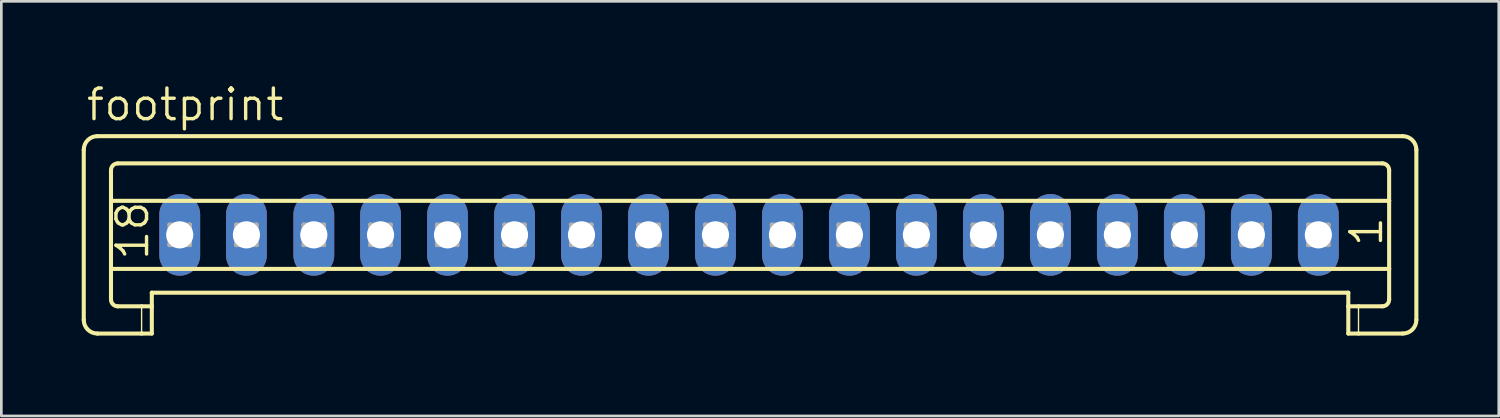
<source format=kicad_pcb>
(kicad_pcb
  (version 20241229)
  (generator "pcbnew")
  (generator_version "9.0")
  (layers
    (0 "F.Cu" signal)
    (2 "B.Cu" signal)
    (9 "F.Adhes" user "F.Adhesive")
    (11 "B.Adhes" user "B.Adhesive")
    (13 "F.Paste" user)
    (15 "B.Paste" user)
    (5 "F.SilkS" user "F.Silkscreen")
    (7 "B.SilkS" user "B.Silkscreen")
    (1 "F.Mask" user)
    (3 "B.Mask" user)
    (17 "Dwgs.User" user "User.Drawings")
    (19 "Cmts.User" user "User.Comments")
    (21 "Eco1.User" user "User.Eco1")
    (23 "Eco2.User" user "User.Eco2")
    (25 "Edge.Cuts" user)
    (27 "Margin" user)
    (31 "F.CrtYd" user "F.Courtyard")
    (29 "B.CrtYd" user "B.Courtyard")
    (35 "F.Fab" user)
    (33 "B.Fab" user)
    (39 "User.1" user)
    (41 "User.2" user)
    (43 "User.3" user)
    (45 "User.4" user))
  (footprint "footprint"
    (layer "F.Cu")
    (at 24.902 5.715)
    (property "Reference" "footprint" (at -24.8 -4.191 0) (layer "F.SilkS") (effects (font (size 1.143 1.143) (thickness 0.127)) (justify left bottom)))
    (fp_line (start -24.826 -3.175) (end -24.826 3.175) (stroke (width 0.152) (type solid)) (layer "F.SilkS"))
    (fp_line (start -24.318 -3.683) (end 24.4 -3.683) (stroke (width 0.152) (type solid)) (layer "F.SilkS"))
    (fp_line (start -23.81 -1.27) (end -23.81 -2.413) (stroke (width 0.152) (type solid)) (layer "F.SilkS"))
    (fp_line (start -23.81 -1.27) (end 23.892 -1.27) (stroke (width 0.152) (type solid)) (layer "F.SilkS"))
    (fp_line (start -23.81 1.27) (end -23.81 -1.27) (stroke (width 0.152) (type solid)) (layer "F.SilkS"))
    (fp_line (start -23.81 1.27) (end 23.892 1.27) (stroke (width 0.152) (type solid)) (layer "F.SilkS"))
    (fp_line (start -23.81 2.413) (end -23.81 1.27) (stroke (width 0.152) (type solid)) (layer "F.SilkS"))
    (fp_line (start -23.556 -2.667) (end 23.638 -2.667) (stroke (width 0.152) (type solid)) (layer "F.SilkS"))
    (fp_line (start -23.556 2.667) (end -22.667 2.667) (stroke (width 0.152) (type solid)) (layer "F.SilkS"))
    (fp_line (start -22.667 2.667) (end -22.667 3.683) (stroke (width 0.051) (type solid)) (layer "F.SilkS"))
    (fp_line (start -22.667 2.667) (end -22.286 2.667) (stroke (width 0.152) (type solid)) (layer "F.SilkS"))
    (fp_line (start -22.667 3.683) (end -24.318 3.683) (stroke (width 0.152) (type solid)) (layer "F.SilkS"))
    (fp_line (start -22.286 2.159) (end 22.368 2.159) (stroke (width 0.152) (type solid)) (layer "F.SilkS"))
    (fp_line (start -22.286 2.667) (end -22.286 2.159) (stroke (width 0.152) (type solid)) (layer "F.SilkS"))
    (fp_line (start -22.286 2.667) (end -22.286 3.683) (stroke (width 0.152) (type solid)) (layer "F.SilkS"))
    (fp_line (start -22.286 3.683) (end -22.667 3.683) (stroke (width 0.152) (type solid)) (layer "F.SilkS"))
    (fp_line (start 22.368 2.667) (end 22.368 2.159) (stroke (width 0.152) (type solid)) (layer "F.SilkS"))
    (fp_line (start 22.368 2.667) (end 22.749 2.667) (stroke (width 0.152) (type solid)) (layer "F.SilkS"))
    (fp_line (start 22.368 3.683) (end 22.368 2.667) (stroke (width 0.152) (type solid)) (layer "F.SilkS"))
    (fp_line (start 22.749 2.667) (end 22.749 3.683) (stroke (width 0.051) (type solid)) (layer "F.SilkS"))
    (fp_line (start 22.749 2.667) (end 23.638 2.667) (stroke (width 0.152) (type solid)) (layer "F.SilkS"))
    (fp_line (start 22.749 3.683) (end 22.368 3.683) (stroke (width 0.152) (type solid)) (layer "F.SilkS"))
    (fp_line (start 23.892 -1.27) (end 23.892 -2.413) (stroke (width 0.152) (type solid)) (layer "F.SilkS"))
    (fp_line (start 23.892 1.27) (end 23.892 -1.27) (stroke (width 0.152) (type solid)) (layer "F.SilkS"))
    (fp_line (start 23.892 2.413) (end 23.892 1.27) (stroke (width 0.152) (type solid)) (layer "F.SilkS"))
    (fp_line (start 24.4 3.683) (end 22.749 3.683) (stroke (width 0.152) (type solid)) (layer "F.SilkS"))
    (fp_line (start 24.908 -3.175) (end 24.908 3.175) (stroke (width 0.152) (type solid)) (layer "F.SilkS"))
    (fp_arc (start -24.826 -3.175) (mid -24.67721 -3.53421) (end -24.318 -3.683) (stroke (width 0.1524) (type solid)) (layer "F.SilkS"))
    (fp_arc (start -24.318 3.683) (mid -24.67721 3.53421) (end -24.826 3.175) (stroke (width 0.1524) (type solid)) (layer "F.SilkS"))
    (fp_arc (start -23.81 -2.413) (mid -23.735605 -2.592605) (end -23.556 -2.667) (stroke (width 0.1524) (type solid)) (layer "F.SilkS"))
    (fp_arc (start -23.556 2.667) (mid -23.735605 2.592605) (end -23.81 2.413) (stroke (width 0.1524) (type solid)) (layer "F.SilkS"))
    (fp_arc (start 23.638 -2.667) (mid 23.817605 -2.592605) (end 23.892 -2.413) (stroke (width 0.1524) (type solid)) (layer "F.SilkS"))
    (fp_arc (start 23.892 2.413) (mid 23.817605 2.592605) (end 23.638 2.667) (stroke (width 0.1524) (type solid)) (layer "F.SilkS"))
    (fp_arc (start 24.4 -3.683) (mid 24.75921 -3.53421) (end 24.908 -3.175) (stroke (width 0.1524) (type solid)) (layer "F.SilkS"))
    (fp_arc (start 24.908 3.175) (mid 24.75921 3.53421) (end 24.4 3.683) (stroke (width 0.1524) (type solid)) (layer "F.SilkS"))
    (fp_line (start -21.625 -0.381) (end -21.625 0.381) (stroke (width 0.152) (type solid)) (layer "F.Fab"))
    (fp_line (start -21.625 -0.381) (end -20.863 0.381) (stroke (width 0.152) (type solid)) (layer "F.Fab"))
    (fp_line (start -21.625 0.381) (end -20.863 0.381) (stroke (width 0.152) (type solid)) (layer "F.Fab"))
    (fp_line (start -20.863 -0.381) (end -21.625 -0.381) (stroke (width 0.152) (type solid)) (layer "F.Fab"))
    (fp_line (start -20.863 -0.381) (end -21.625 0.381) (stroke (width 0.152) (type solid)) (layer "F.Fab"))
    (fp_line (start -20.863 0.381) (end -20.863 -0.381) (stroke (width 0.152) (type solid)) (layer "F.Fab"))
    (fp_line (start -19.136 -0.381) (end -19.136 0.381) (stroke (width 0.152) (type solid)) (layer "F.Fab"))
    (fp_line (start -19.136 -0.381) (end -18.374 0.381) (stroke (width 0.152) (type solid)) (layer "F.Fab"))
    (fp_line (start -19.136 0.381) (end -18.374 0.381) (stroke (width 0.152) (type solid)) (layer "F.Fab"))
    (fp_line (start -18.374 -0.381) (end -19.136 -0.381) (stroke (width 0.152) (type solid)) (layer "F.Fab"))
    (fp_line (start -18.374 -0.381) (end -19.136 0.381) (stroke (width 0.152) (type solid)) (layer "F.Fab"))
    (fp_line (start -18.374 0.381) (end -18.374 -0.381) (stroke (width 0.152) (type solid)) (layer "F.Fab"))
    (fp_line (start -16.621 -0.381) (end -16.621 0.381) (stroke (width 0.152) (type solid)) (layer "F.Fab"))
    (fp_line (start -16.621 -0.381) (end -15.859 0.381) (stroke (width 0.152) (type solid)) (layer "F.Fab"))
    (fp_line (start -16.621 0.381) (end -15.859 0.381) (stroke (width 0.152) (type solid)) (layer "F.Fab"))
    (fp_line (start -15.859 -0.381) (end -16.621 -0.381) (stroke (width 0.152) (type solid)) (layer "F.Fab"))
    (fp_line (start -15.859 -0.381) (end -16.621 0.381) (stroke (width 0.152) (type solid)) (layer "F.Fab"))
    (fp_line (start -15.859 0.381) (end -15.859 -0.381) (stroke (width 0.152) (type solid)) (layer "F.Fab"))
    (fp_line (start -14.132 -0.381) (end -14.132 0.381) (stroke (width 0.152) (type solid)) (layer "F.Fab"))
    (fp_line (start -14.132 -0.381) (end -13.37 0.381) (stroke (width 0.152) (type solid)) (layer "F.Fab"))
    (fp_line (start -14.132 0.381) (end -13.37 0.381) (stroke (width 0.152) (type solid)) (layer "F.Fab"))
    (fp_line (start -13.37 -0.381) (end -14.132 -0.381) (stroke (width 0.152) (type solid)) (layer "F.Fab"))
    (fp_line (start -13.37 -0.381) (end -14.132 0.381) (stroke (width 0.152) (type solid)) (layer "F.Fab"))
    (fp_line (start -13.37 0.381) (end -13.37 -0.381) (stroke (width 0.152) (type solid)) (layer "F.Fab"))
    (fp_line (start -11.643 -0.381) (end -11.643 0.381) (stroke (width 0.152) (type solid)) (layer "F.Fab"))
    (fp_line (start -11.643 -0.381) (end -10.881 0.381) (stroke (width 0.152) (type solid)) (layer "F.Fab"))
    (fp_line (start -11.643 0.381) (end -10.881 0.381) (stroke (width 0.152) (type solid)) (layer "F.Fab"))
    (fp_line (start -10.881 -0.381) (end -11.643 -0.381) (stroke (width 0.152) (type solid)) (layer "F.Fab"))
    (fp_line (start -10.881 -0.381) (end -11.643 0.381) (stroke (width 0.152) (type solid)) (layer "F.Fab"))
    (fp_line (start -10.881 0.381) (end -10.881 -0.381) (stroke (width 0.152) (type solid)) (layer "F.Fab"))
    (fp_line (start -9.128 -0.381) (end -9.128 0.381) (stroke (width 0.152) (type solid)) (layer "F.Fab"))
    (fp_line (start -9.128 -0.381) (end -8.366 0.381) (stroke (width 0.152) (type solid)) (layer "F.Fab"))
    (fp_line (start -9.128 0.381) (end -8.366 0.381) (stroke (width 0.152) (type solid)) (layer "F.Fab"))
    (fp_line (start -8.366 -0.381) (end -9.128 -0.381) (stroke (width 0.152) (type solid)) (layer "F.Fab"))
    (fp_line (start -8.366 -0.381) (end -9.128 0.381) (stroke (width 0.152) (type solid)) (layer "F.Fab"))
    (fp_line (start -8.366 0.381) (end -8.366 -0.381) (stroke (width 0.152) (type solid)) (layer "F.Fab"))
    (fp_line (start -6.639 -0.381) (end -6.639 0.381) (stroke (width 0.152) (type solid)) (layer "F.Fab"))
    (fp_line (start -6.639 -0.381) (end -5.877 0.381) (stroke (width 0.152) (type solid)) (layer "F.Fab"))
    (fp_line (start -6.639 0.381) (end -5.877 0.381) (stroke (width 0.152) (type solid)) (layer "F.Fab"))
    (fp_line (start -5.877 -0.381) (end -6.639 -0.381) (stroke (width 0.152) (type solid)) (layer "F.Fab"))
    (fp_line (start -5.877 -0.381) (end -6.639 0.381) (stroke (width 0.152) (type solid)) (layer "F.Fab"))
    (fp_line (start -5.877 0.381) (end -5.877 -0.381) (stroke (width 0.152) (type solid)) (layer "F.Fab"))
    (fp_line (start -4.125 -0.381) (end -4.125 0.381) (stroke (width 0.152) (type solid)) (layer "F.Fab"))
    (fp_line (start -4.125 -0.381) (end -3.363 0.381) (stroke (width 0.152) (type solid)) (layer "F.Fab"))
    (fp_line (start -4.125 0.381) (end -3.363 0.381) (stroke (width 0.152) (type solid)) (layer "F.Fab"))
    (fp_line (start -3.363 -0.381) (end -4.125 -0.381) (stroke (width 0.152) (type solid)) (layer "F.Fab"))
    (fp_line (start -3.363 -0.381) (end -4.125 0.381) (stroke (width 0.152) (type solid)) (layer "F.Fab"))
    (fp_line (start -3.363 0.381) (end -3.363 -0.381) (stroke (width 0.152) (type solid)) (layer "F.Fab"))
    (fp_line (start -1.635 -0.381) (end -1.635 0.381) (stroke (width 0.152) (type solid)) (layer "F.Fab"))
    (fp_line (start -1.635 -0.381) (end -0.873 0.381) (stroke (width 0.152) (type solid)) (layer "F.Fab"))
    (fp_line (start -1.635 0.381) (end -0.873 0.381) (stroke (width 0.152) (type solid)) (layer "F.Fab"))
    (fp_line (start -0.873 -0.381) (end -1.635 -0.381) (stroke (width 0.152) (type solid)) (layer "F.Fab"))
    (fp_line (start -0.873 -0.381) (end -1.635 0.381) (stroke (width 0.152) (type solid)) (layer "F.Fab"))
    (fp_line (start -0.873 0.381) (end -0.873 -0.381) (stroke (width 0.152) (type solid)) (layer "F.Fab"))
    (fp_line (start 0.854 -0.381) (end 0.854 0.381) (stroke (width 0.152) (type solid)) (layer "F.Fab"))
    (fp_line (start 0.854 -0.381) (end 1.616 0.381) (stroke (width 0.152) (type solid)) (layer "F.Fab"))
    (fp_line (start 0.854 0.381) (end 1.616 0.381) (stroke (width 0.152) (type solid)) (layer "F.Fab"))
    (fp_line (start 1.616 -0.381) (end 0.854 -0.381) (stroke (width 0.152) (type solid)) (layer "F.Fab"))
    (fp_line (start 1.616 -0.381) (end 0.854 0.381) (stroke (width 0.152) (type solid)) (layer "F.Fab"))
    (fp_line (start 1.616 0.381) (end 1.616 -0.381) (stroke (width 0.152) (type solid)) (layer "F.Fab"))
    (fp_line (start 3.343 -0.381) (end 3.343 0.381) (stroke (width 0.152) (type solid)) (layer "F.Fab"))
    (fp_line (start 3.343 -0.381) (end 4.105 0.381) (stroke (width 0.152) (type solid)) (layer "F.Fab"))
    (fp_line (start 3.343 0.381) (end 4.105 0.381) (stroke (width 0.152) (type solid)) (layer "F.Fab"))
    (fp_line (start 4.105 -0.381) (end 3.343 -0.381) (stroke (width 0.152) (type solid)) (layer "F.Fab"))
    (fp_line (start 4.105 -0.381) (end 3.343 0.381) (stroke (width 0.152) (type solid)) (layer "F.Fab"))
    (fp_line (start 4.105 0.381) (end 4.105 -0.381) (stroke (width 0.152) (type solid)) (layer "F.Fab"))
    (fp_line (start 5.858 -0.381) (end 5.858 0.381) (stroke (width 0.152) (type solid)) (layer "F.Fab"))
    (fp_line (start 5.858 -0.381) (end 6.62 0.381) (stroke (width 0.152) (type solid)) (layer "F.Fab"))
    (fp_line (start 5.858 0.381) (end 6.62 0.381) (stroke (width 0.152) (type solid)) (layer "F.Fab"))
    (fp_line (start 6.62 -0.381) (end 5.858 -0.381) (stroke (width 0.152) (type solid)) (layer "F.Fab"))
    (fp_line (start 6.62 -0.381) (end 5.858 0.381) (stroke (width 0.152) (type solid)) (layer "F.Fab"))
    (fp_line (start 6.62 0.381) (end 6.62 -0.381) (stroke (width 0.152) (type solid)) (layer "F.Fab"))
    (fp_line (start 8.347 -0.381) (end 8.347 0.381) (stroke (width 0.152) (type solid)) (layer "F.Fab"))
    (fp_line (start 8.347 -0.381) (end 9.109 0.381) (stroke (width 0.152) (type solid)) (layer "F.Fab"))
    (fp_line (start 8.347 0.381) (end 9.109 0.381) (stroke (width 0.152) (type solid)) (layer "F.Fab"))
    (fp_line (start 9.109 -0.381) (end 8.347 -0.381) (stroke (width 0.152) (type solid)) (layer "F.Fab"))
    (fp_line (start 9.109 -0.381) (end 8.347 0.381) (stroke (width 0.152) (type solid)) (layer "F.Fab"))
    (fp_line (start 9.109 0.381) (end 9.109 -0.381) (stroke (width 0.152) (type solid)) (layer "F.Fab"))
    (fp_line (start 10.887 -0.381) (end 10.887 0.381) (stroke (width 0.152) (type solid)) (layer "F.Fab"))
    (fp_line (start 10.887 -0.381) (end 11.649 0.381) (stroke (width 0.152) (type solid)) (layer "F.Fab"))
    (fp_line (start 10.887 0.381) (end 11.649 0.381) (stroke (width 0.152) (type solid)) (layer "F.Fab"))
    (fp_line (start 11.649 -0.381) (end 10.887 -0.381) (stroke (width 0.152) (type solid)) (layer "F.Fab"))
    (fp_line (start 11.649 -0.381) (end 10.887 0.381) (stroke (width 0.152) (type solid)) (layer "F.Fab"))
    (fp_line (start 11.649 0.381) (end 11.649 -0.381) (stroke (width 0.152) (type solid)) (layer "F.Fab"))
    (fp_line (start 13.376 -0.381) (end 13.376 0.381) (stroke (width 0.152) (type solid)) (layer "F.Fab"))
    (fp_line (start 13.376 -0.381) (end 14.138 0.381) (stroke (width 0.152) (type solid)) (layer "F.Fab"))
    (fp_line (start 13.376 0.381) (end 14.138 0.381) (stroke (width 0.152) (type solid)) (layer "F.Fab"))
    (fp_line (start 14.138 -0.381) (end 13.376 -0.381) (stroke (width 0.152) (type solid)) (layer "F.Fab"))
    (fp_line (start 14.138 -0.381) (end 13.376 0.381) (stroke (width 0.152) (type solid)) (layer "F.Fab"))
    (fp_line (start 14.138 0.381) (end 14.138 -0.381) (stroke (width 0.152) (type solid)) (layer "F.Fab"))
    (fp_line (start 15.891 -0.381) (end 15.891 0.381) (stroke (width 0.152) (type solid)) (layer "F.Fab"))
    (fp_line (start 15.891 -0.381) (end 16.653 0.381) (stroke (width 0.152) (type solid)) (layer "F.Fab"))
    (fp_line (start 15.891 0.381) (end 16.653 0.381) (stroke (width 0.152) (type solid)) (layer "F.Fab"))
    (fp_line (start 16.653 -0.381) (end 15.891 -0.381) (stroke (width 0.152) (type solid)) (layer "F.Fab"))
    (fp_line (start 16.653 -0.381) (end 15.891 0.381) (stroke (width 0.152) (type solid)) (layer "F.Fab"))
    (fp_line (start 16.653 0.381) (end 16.653 -0.381) (stroke (width 0.152) (type solid)) (layer "F.Fab"))
    (fp_line (start 18.38 -0.381) (end 18.38 0.381) (stroke (width 0.152) (type solid)) (layer "F.Fab"))
    (fp_line (start 18.38 -0.381) (end 19.142 0.381) (stroke (width 0.152) (type solid)) (layer "F.Fab"))
    (fp_line (start 18.38 0.381) (end 19.142 0.381) (stroke (width 0.152) (type solid)) (layer "F.Fab"))
    (fp_line (start 19.142 -0.381) (end 18.38 -0.381) (stroke (width 0.152) (type solid)) (layer "F.Fab"))
    (fp_line (start 19.142 -0.381) (end 18.38 0.381) (stroke (width 0.152) (type solid)) (layer "F.Fab"))
    (fp_line (start 19.142 0.381) (end 19.142 -0.381) (stroke (width 0.152) (type solid)) (layer "F.Fab"))
    (fp_line (start 20.869 -0.381) (end 20.869 0.381) (stroke (width 0.152) (type solid)) (layer "F.Fab"))
    (fp_line (start 20.869 -0.381) (end 21.631 0.381) (stroke (width 0.152) (type solid)) (layer "F.Fab"))
    (fp_line (start 20.869 0.381) (end 21.631 0.381) (stroke (width 0.152) (type solid)) (layer "F.Fab"))
    (fp_line (start 21.631 -0.381) (end 20.869 -0.381) (stroke (width 0.152) (type solid)) (layer "F.Fab"))
    (fp_line (start 21.631 -0.381) (end 20.869 0.381) (stroke (width 0.152) (type solid)) (layer "F.Fab"))
    (fp_line (start 21.631 0.381) (end 21.631 -0.381) (stroke (width 0.152) (type solid)) (layer "F.Fab"))
    (fp_text user "18" (at -22.336 1.016 90) (layer "F.SilkS") (effects (font (size 1.143 1.143) (thickness 0.127)) (justify left bottom)))
    (fp_text user "1" (at 23.714 0.508 90) (layer "F.SilkS") (effects (font (size 1.143 1.143) (thickness 0.127)) (justify left bottom)))
    (pad "1" thru_hole oval (at 21.25 0 90) (size 3.048 1.524) (drill 1.016) (layers "*.Cu" "*.Mask"))
    (pad "2" thru_hole oval (at 18.75 0 90) (size 3.048 1.524) (drill 1.016) (layers "*.Cu" "*.Mask"))
    (pad "3" thru_hole oval (at 16.25 0 90) (size 3.048 1.524) (drill 1.016) (layers "*.Cu" "*.Mask"))
    (pad "4" thru_hole oval (at 13.75 0 90) (size 3.048 1.524) (drill 1.016) (layers "*.Cu" "*.Mask"))
    (pad "5" thru_hole oval (at 11.25 0 90) (size 3.048 1.524) (drill 1.016) (layers "*.Cu" "*.Mask"))
    (pad "6" thru_hole oval (at 8.75 0 90) (size 3.048 1.524) (drill 1.016) (layers "*.Cu" "*.Mask"))
    (pad "7" thru_hole oval (at 6.25 0 90) (size 3.048 1.524) (drill 1.016) (layers "*.Cu" "*.Mask"))
    (pad "8" thru_hole oval (at 3.75 0 90) (size 3.048 1.524) (drill 1.016) (layers "*.Cu" "*.Mask"))
    (pad "9" thru_hole oval (at 1.25 0 90) (size 3.048 1.524) (drill 1.016) (layers "*.Cu" "*.Mask"))
    (pad "10" thru_hole oval (at -1.25 0 90) (size 3.048 1.524) (drill 1.016) (layers "*.Cu" "*.Mask"))
    (pad "11" thru_hole oval (at -3.75 0 90) (size 3.048 1.524) (drill 1.016) (layers "*.Cu" "*.Mask"))
    (pad "12" thru_hole oval (at -6.25 0 90) (size 3.048 1.524) (drill 1.016) (layers "*.Cu" "*.Mask"))
    (pad "13" thru_hole oval (at -8.75 0 90) (size 3.048 1.524) (drill 1.016) (layers "*.Cu" "*.Mask"))
    (pad "14" thru_hole oval (at -11.25 0 90) (size 3.048 1.524) (drill 1.016) (layers "*.Cu" "*.Mask"))
    (pad "15" thru_hole oval (at -13.75 0 90) (size 3.048 1.524) (drill 1.016) (layers "*.Cu" "*.Mask"))
    (pad "16" thru_hole oval (at -16.24 0 90) (size 3.048 1.524) (drill 1.016) (layers "*.Cu" "*.Mask"))
    (pad "17" thru_hole oval (at -18.755 0 90) (size 3.048 1.524) (drill 1.016) (layers "*.Cu" "*.Mask"))
    (pad "18" thru_hole oval (at -21.244 0 90) (size 3.048 1.524) (drill 1.016) (layers "*.Cu" "*.Mask")))
  (gr_rect
    (start -3 -3)
    (end 52.886 12.474)
    (stroke (width 0.1) (type default))
    (fill no)
    (layer "Edge.Cuts")))
</source>
